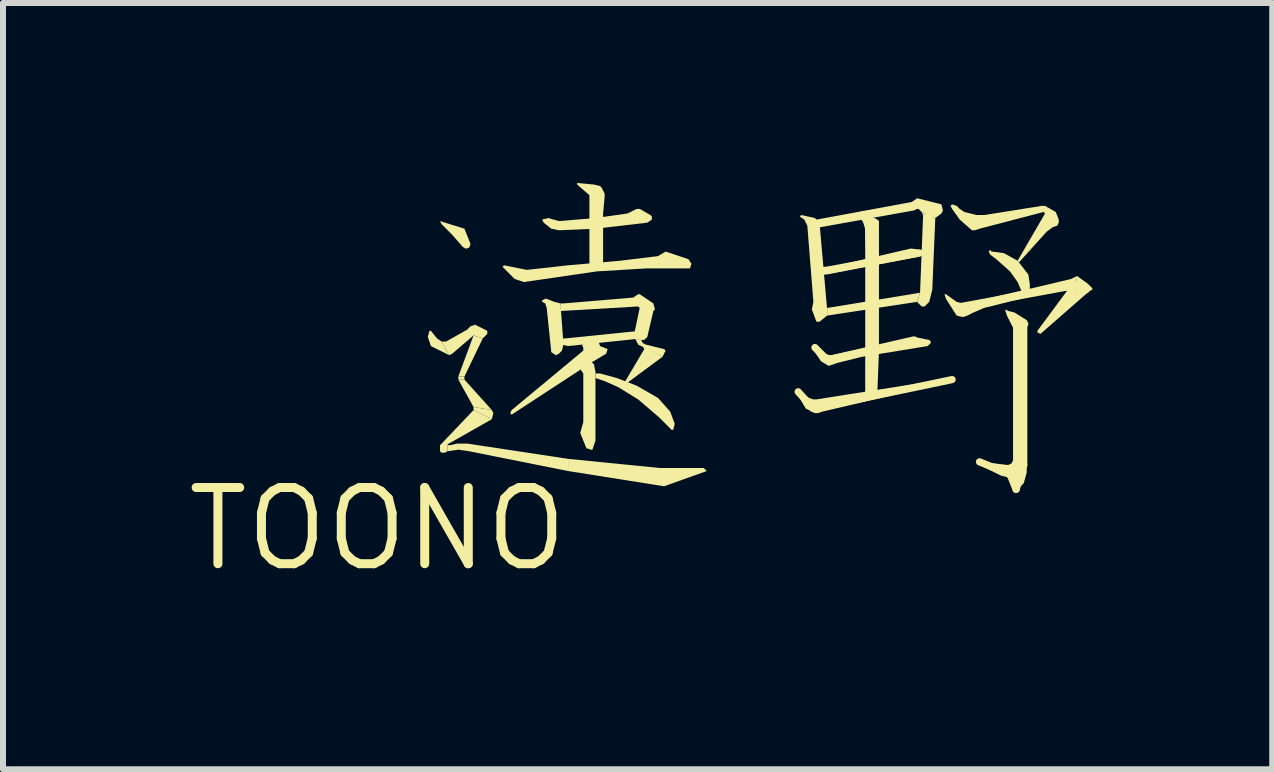
<source format=kicad_pcb>
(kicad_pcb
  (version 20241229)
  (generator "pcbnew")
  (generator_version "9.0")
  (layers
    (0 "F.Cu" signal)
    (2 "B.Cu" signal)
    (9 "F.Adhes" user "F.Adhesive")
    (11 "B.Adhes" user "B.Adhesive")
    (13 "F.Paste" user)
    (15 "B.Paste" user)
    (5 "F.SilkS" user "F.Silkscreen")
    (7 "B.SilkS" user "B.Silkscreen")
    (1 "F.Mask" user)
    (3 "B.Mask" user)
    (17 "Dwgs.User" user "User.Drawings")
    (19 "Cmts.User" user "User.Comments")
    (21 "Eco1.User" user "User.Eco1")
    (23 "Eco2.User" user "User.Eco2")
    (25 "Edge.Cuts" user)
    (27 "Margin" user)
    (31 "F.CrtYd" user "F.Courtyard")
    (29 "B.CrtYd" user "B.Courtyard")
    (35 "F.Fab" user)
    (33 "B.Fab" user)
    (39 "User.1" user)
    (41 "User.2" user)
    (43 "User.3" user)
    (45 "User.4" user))
  (footprint "TOONO"
    (layer "F.Cu")
    (at 3.243 5.766)
    (property "Reference" "TOONO" (at 0 0 0) (layer "F.SilkS") (effects (font (size 1.27 1.27) (thickness 0.15))))
    (attr through_hole)
    (fp_line (start 7.01 -2.286) (end 7.264 -2.007) (stroke (width 0.12) (type solid)) (layer "F.SilkS"))
    (fp_line (start 7.264 -2.007) (end 9.576 -2.489) (stroke (width 0.12) (type solid)) (layer "F.SilkS"))
    (fp_line (start 7.29 -3.023) (end 7.493 -2.819) (stroke (width 0.12) (type solid)) (layer "F.SilkS"))
    (fp_line (start 7.391 -4.293) (end 9.017 -4.597) (stroke (width 0.12) (type solid)) (layer "F.SilkS"))
    (fp_line (start 7.493 -2.819) (end 8.941 -3.15) (stroke (width 0.12) (type solid)) (layer "F.SilkS"))
    (fp_line (start 8.077 -5.232) (end 8.179 -5.105) (stroke (width 0.12) (type solid)) (layer "F.SilkS"))
    (fp_line (start 8.179 -5.105) (end 8.23 -3.988) (stroke (width 0.12) (type solid)) (layer "F.SilkS"))
    (fp_line (start 9.195 -5.232) (end 9.144 -3.861) (stroke (width 0.12) (type solid)) (layer "F.SilkS"))
    (fp_line (start 9.728 -3.708) (end 11.659 -4.064) (stroke (width 0.12) (type solid)) (layer "F.SilkS"))
    (fp_line (start 10.541 -0.914) (end 10.033 -1.118) (stroke (width 0.12) (type solid)) (layer "F.SilkS"))
    (fp_line (start 10.643 -0.66) (end 10.541 -0.914) (stroke (width 0.12) (type solid)) (layer "F.SilkS"))
    (fp_line (start 10.77 -3.378) (end 10.77 -1.067) (stroke (width 0.12) (type solid)) (layer "F.SilkS"))
    (fp_line (start 10.77 -1.067) (end 10.643 -0.66) (stroke (width 0.12) (type solid)) (layer "F.SilkS"))
    (fp_line (start 11.659 -4.064) (end 11.811 -3.988) (stroke (width 0.12) (type solid)) (layer "F.SilkS"))
    (fp_poly (pts (xy 1.067 -1.422) (xy 1.6 -1.981) (xy 1.905 -1.829) (xy 1.143 -1.397)) (stroke (width 0) (type solid)) (fill yes) (layer "F.SilkS"))
    (fp_poly (pts (xy 1.346 -2.54) (xy 1.346 -2.489) (xy 1.448 -2.489) (xy 1.448 -2.54)) (stroke (width 0) (type solid)) (fill yes) (layer "F.SilkS"))
    (fp_poly (pts (xy 1.346 -2.489) (xy 1.6 -2.032) (xy 1.905 -1.981) (xy 1.448 -2.489)) (stroke (width 0) (type solid)) (fill yes) (layer "F.SilkS"))
    (fp_poly (pts (xy 1.6 -3.226) (xy 1.346 -2.54) (xy 1.448 -2.54) (xy 1.753 -3.175)) (stroke (width 0) (type solid)) (fill yes) (layer "F.SilkS"))
    (fp_poly (pts (xy 7.493 -3.556) (xy 8.992 -3.785) (xy 9.042 -3.937) (xy 7.493 -3.683)) (stroke (width 0) (type solid)) (fill yes) (layer "F.SilkS"))
    (fp_poly (pts (xy 1.905 -1.981) (xy 1.93 -1.93) (xy 1.905 -1.829) (xy 1.6 -1.981) (xy 1.6 -2.032)) (stroke (width 0) (type solid)) (fill yes) (layer "F.SilkS"))
    (fp_poly (pts (xy 3.048 -3.759) (xy 3.099 -3.759) (xy 4.318 -3.861) (xy 4.343 -3.708) (xy 3.048 -3.632)) (stroke (width 0) (type solid)) (fill yes) (layer "F.SilkS"))
    (fp_poly (pts (xy 4.115 -2.438) (xy 4.445 -2.997) (xy 4.42 -3.048) (xy 4.75 -2.87) (xy 4.166 -2.438)) (stroke (width 0) (type solid)) (fill yes) (layer "F.SilkS"))
    (fp_poly (pts (xy 7.239 -5.004) (xy 8.941 -5.309) (xy 8.992 -5.334) (xy 8.966 -5.461) (xy 7.315 -5.156)) (stroke (width 0) (type solid)) (fill yes) (layer "F.SilkS"))
    (fp_poly (pts (xy 11.506 -3.988) (xy 10.998 -3.302) (xy 10.998 -3.277) (xy 11.049 -3.251) (xy 11.862 -3.962)) (stroke (width 0) (type solid)) (fill yes) (layer "F.SilkS"))
    (fp_poly (pts (xy 1.067 -3.124) (xy 1.143 -3.124) (xy 1.549 -3.353) (xy 1.6 -3.226) (xy 1.245 -2.921) (xy 1.194 -2.896)) (stroke (width 0) (type solid)) (fill yes) (layer "F.SilkS"))
    (fp_poly (pts (xy 3.073 -3.073) (xy 3.175 -3.048) (xy 4.394 -3.175) (xy 4.369 -3.302) (xy 3.124 -3.175) (xy 3.073 -3.175)) (stroke (width 0) (type solid)) (fill yes) (layer "F.SilkS"))
    (fp_poly (pts (xy 3.175 -1.168) (xy 4.699 -1.016) (xy 5.436 -1.016) (xy 5.486 -0.965) (xy 4.775 -0.711) (xy 3.175 -0.965)) (stroke (width 0) (type solid)) (fill yes) (layer "F.SilkS"))
    (fp_poly (pts (xy 11.659 -4.216) (xy 11.836 -4.089) (xy 11.913 -4.013) (xy 11.913 -3.988) (xy 11.862 -3.962) (xy 11.633 -3.937)) (stroke (width 0) (type solid)) (fill yes) (layer "F.SilkS"))
    (fp_poly (pts (xy 0.889 -3.302) (xy 0.991 -3.175) (xy 1.067 -3.124) (xy 1.194 -2.896) (xy 0.889 -3.048) (xy 0.838 -3.2) (xy 0.864 -3.302)) (stroke (width 0) (type solid)) (fill yes) (layer "F.SilkS"))
    (fp_poly (pts (xy 1.067 -1.422) (xy 1.041 -1.397) (xy 1.041 -1.295) (xy 1.067 -1.27) (xy 1.118 -1.27) (xy 1.168 -1.295) (xy 1.168 -1.422)) (stroke (width 0) (type solid)) (fill yes) (layer "F.SilkS"))
    (fp_poly (pts (xy 1.499 -3.327) (xy 1.549 -3.378) (xy 1.626 -3.404) (xy 1.829 -3.302) (xy 1.829 -3.251) (xy 1.753 -3.175) (xy 1.6 -3.226)) (stroke (width 0) (type solid)) (fill yes) (layer "F.SilkS"))
    (fp_poly (pts (xy 7.417 -4.242) (xy 7.493 -4.242) (xy 9.068 -4.547) (xy 9.093 -4.648) (xy 8.89 -4.674) (xy 7.569 -4.369) (xy 7.417 -4.369)) (stroke (width 0) (type solid)) (fill yes) (layer "F.SilkS"))
    (fp_poly (pts (xy 4.394 -3.15) (xy 4.42 -3.099) (xy 4.47 -3.073) (xy 4.775 -2.997) (xy 4.801 -2.972) (xy 4.75 -2.87) (xy 4.343 -3.073) (xy 4.293 -3.175)) (stroke (width 0) (type solid)) (fill yes) (layer "F.SilkS"))
    (fp_poly (pts (xy 1.168 -1.397) (xy 1.219 -1.397) (xy 1.321 -1.422) (xy 1.499 -1.422) (xy 3.175 -1.168) (xy 3.175 -0.965) (xy 1.524 -1.295) (xy 1.346 -1.321) (xy 1.168 -1.295)) (stroke (width 0) (type solid)) (fill yes) (layer "F.SilkS"))
    (fp_poly (pts (xy 1.448 -5.004) (xy 1.549 -4.75) (xy 1.549 -4.75) (xy 1.531 -4.692) (xy 1.475 -4.67) (xy 1.422 -4.699) (xy 1.245 -4.902) (xy 1.067 -5.08) (xy 1.041 -5.131)) (stroke (width 0) (type solid)) (fill yes) (layer "F.SilkS"))
    (fp_poly (pts (xy 8.077 -5.156) (xy 8.128 -5.004) (xy 8.128 -2.21) (xy 8.331 -2.286) (xy 8.357 -2.972) (xy 8.357 -5.004) (xy 8.357 -5.131) (xy 8.331 -5.156) (xy 8.23 -5.207)) (stroke (width 0) (type solid)) (fill yes) (layer "F.SilkS"))
    (fp_poly (pts (xy 8.992 -5.334) (xy 9.017 -5.334) (xy 9.068 -5.283) (xy 9.296 -5.182) (xy 9.398 -5.258) (xy 9.423 -5.309) (xy 9.398 -5.41) (xy 8.992 -5.512) (xy 8.89 -5.436)) (stroke (width 0) (type solid)) (fill yes) (layer "F.SilkS"))
    (fp_poly (pts (xy 9.068 -5.283) (xy 9.093 -5.232) (xy 9.042 -3.937) (xy 8.992 -3.785) (xy 9.068 -3.708) (xy 9.119 -3.708) (xy 9.144 -3.734) (xy 9.195 -3.785) (xy 9.246 -3.988) (xy 9.296 -5.182)) (stroke (width 0) (type solid)) (fill yes) (layer "F.SilkS"))
    (fp_poly (pts (xy 3.378 -2.667) (xy 3.429 -2.591) (xy 3.429 -1.778) (xy 3.378 -1.6) (xy 3.48 -1.346) (xy 3.556 -1.321) (xy 3.581 -1.321) (xy 3.632 -1.473) (xy 3.632 -2.616) (xy 3.607 -2.743) (xy 3.556 -2.794)) (stroke (width 0) (type solid)) (fill yes) (layer "F.SilkS"))
    (fp_poly (pts (xy 3.404 -3.073) (xy 3.429 -3.023) (xy 3.429 -2.972) (xy 2.235 -1.981) (xy 2.21 -1.93) (xy 2.235 -1.905) (xy 3.556 -2.769) (xy 3.81 -2.921) (xy 3.835 -2.997) (xy 3.708 -3.048) (xy 3.683 -3.124)) (stroke (width 0) (type solid)) (fill yes) (layer "F.SilkS"))
    (fp_poly (pts (xy 3.531 -4.42) (xy 3.531 -5.563) (xy 3.327 -5.74) (xy 3.327 -5.766) (xy 3.607 -5.74) (xy 3.708 -5.715) (xy 3.734 -5.69) (xy 3.785 -5.588) (xy 3.785 -5.537) (xy 3.759 -5.258) (xy 3.759 -4.394)) (stroke (width 0) (type solid)) (fill yes) (layer "F.SilkS"))
    (fp_poly (pts (xy 4.267 -3.861) (xy 4.343 -3.912) (xy 4.369 -3.912) (xy 4.597 -3.759) (xy 4.623 -3.658) (xy 4.597 -3.632) (xy 4.496 -3.2) (xy 4.445 -3.15) (xy 4.369 -3.15) (xy 4.267 -3.2) (xy 4.369 -3.683) (xy 4.343 -3.708)) (stroke (width 0) (type solid)) (fill yes) (layer "F.SilkS"))
    (fp_poly (pts (xy 7.036 -5.207) (xy 7.112 -5.156) (xy 7.163 -5.055) (xy 7.264 -3.785) (xy 7.239 -3.658) (xy 7.315 -3.454) (xy 7.366 -3.454) (xy 7.493 -3.556) (xy 7.493 -3.658) (xy 7.366 -5.105) (xy 7.29 -5.182) (xy 7.061 -5.232)) (stroke (width 0) (type solid)) (fill yes) (layer "F.SilkS"))
    (fp_poly (pts (xy 11.049 -5.385) (xy 11.125 -5.385) (xy 11.303 -5.283) (xy 11.354 -5.156) (xy 11.354 -5.105) (xy 11.328 -5.055) (xy 11.252 -5.029) (xy 11.151 -4.953) (xy 10.693 -4.445) (xy 10.668 -4.47) (xy 11.125 -5.258) (xy 11.1 -5.283)) (stroke (width 0) (type solid)) (fill yes) (layer "F.SilkS"))
    (fp_poly (pts (xy 2.972 -2.896) (xy 2.896 -2.946) (xy 2.819 -3.683) (xy 2.794 -3.759) (xy 2.743 -3.785) (xy 2.743 -3.81) (xy 2.794 -3.835) (xy 2.819 -3.835) (xy 2.946 -3.785) (xy 3.048 -3.759) (xy 3.099 -3.073) (xy 3.073 -2.972) (xy 3.023 -2.921)) (stroke (width 0) (type solid)) (fill yes) (layer "F.SilkS"))
    (fp_poly (pts (xy 10.236 -4.623) (xy 10.439 -4.597) (xy 10.668 -4.47) (xy 10.846 -4.242) (xy 10.871 -4.089) (xy 10.871 -3.988) (xy 10.744 -3.937) (xy 10.668 -4.115) (xy 10.541 -4.293) (xy 10.312 -4.496) (xy 10.211 -4.572) (xy 10.185 -4.623) (xy 10.211 -4.648)) (stroke (width 0) (type solid)) (fill yes) (layer "F.SilkS"))
    (fp_poly (pts (xy 2.438 -4.115) (xy 2.286 -4.166) (xy 2.083 -4.369) (xy 2.108 -4.394) (xy 2.489 -4.318) (xy 3.175 -4.394) (xy 4.039 -4.47) (xy 4.674 -4.547) (xy 4.801 -4.623) (xy 5.182 -4.496) (xy 5.232 -4.42) (xy 5.207 -4.343) (xy 4.496 -4.343) (xy 3.658 -4.293)) (stroke (width 0) (type solid)) (fill yes) (layer "F.SilkS"))
    (fp_poly (pts (xy 3.632 -2.591) (xy 3.708 -2.591) (xy 3.988 -2.515) (xy 4.318 -2.388) (xy 4.674 -2.184) (xy 4.877 -1.956) (xy 4.953 -1.753) (xy 4.928 -1.651) (xy 4.902 -1.651) (xy 4.699 -1.854) (xy 4.343 -2.159) (xy 4.013 -2.362) (xy 3.785 -2.464) (xy 3.632 -2.515)) (stroke (width 0) (type solid)) (fill yes) (layer "F.SilkS"))
    (fp_poly (pts (xy 9.576 -5.334) (xy 9.55 -5.385) (xy 9.576 -5.41) (xy 9.652 -5.385) (xy 9.703 -5.334) (xy 9.779 -5.283) (xy 9.982 -5.232) (xy 10.109 -5.232) (xy 11.074 -5.385) (xy 11.1 -5.283) (xy 10.033 -5.004) (xy 9.957 -4.978) (xy 9.906 -4.978) (xy 9.703 -5.156)) (stroke (width 0) (type solid)) (fill yes) (layer "F.SilkS"))
    (fp_poly (pts (xy 3.023 -5.131) (xy 3.632 -5.182) (xy 4.166 -5.258) (xy 4.318 -5.334) (xy 4.369 -5.334) (xy 4.547 -5.232) (xy 4.572 -5.207) (xy 4.572 -5.156) (xy 4.496 -5.105) (xy 3.632 -5.004) (xy 3.023 -4.978) (xy 2.896 -5.004) (xy 2.769 -5.105) (xy 2.743 -5.156) (xy 2.845 -5.182)) (stroke (width 0) (type solid)) (fill yes) (layer "F.SilkS"))
    (fp_poly (pts (xy 7.01 -2.311) (xy 7.061 -2.286) (xy 7.112 -2.235) (xy 7.188 -2.184) (xy 7.264 -2.159) (xy 7.315 -2.159) (xy 9.576 -2.515) (xy 9.601 -2.515) (xy 9.576 -2.464) (xy 7.417 -1.956) (xy 7.341 -1.93) (xy 7.29 -1.93) (xy 7.137 -2.007) (xy 7.061 -2.134) (xy 7.036 -2.184) (xy 7.01 -2.286)) (stroke (width 0) (type solid)) (fill yes) (layer "F.SilkS"))
    (fp_poly (pts (xy 7.239 -3.023) (xy 7.264 -3.048) (xy 7.315 -3.023) (xy 7.366 -2.972) (xy 7.442 -2.921) (xy 7.544 -2.896) (xy 7.569 -2.896) (xy 8.661 -3.124) (xy 8.941 -3.2) (xy 9.195 -3.15) (xy 9.22 -3.124) (xy 9.22 -3.099) (xy 9.169 -3.048) (xy 8.077 -2.87) (xy 7.671 -2.769) (xy 7.518 -2.718) (xy 7.391 -2.794)) (stroke (width 0) (type solid)) (fill yes) (layer "F.SilkS"))
    (fp_poly (pts (xy 9.449 -3.912) (xy 9.474 -3.912) (xy 9.652 -3.785) (xy 9.754 -3.759) (xy 9.804 -3.759) (xy 11.024 -4.039) (xy 11.557 -4.166) (xy 11.659 -4.216) (xy 11.633 -3.937) (xy 11.557 -3.962) (xy 11.354 -3.988) (xy 10.922 -3.886) (xy 10.109 -3.683) (xy 9.931 -3.607) (xy 9.83 -3.556) (xy 9.754 -3.531) (xy 9.652 -3.556) (xy 9.474 -3.835)) (stroke (width 0) (type solid)) (fill yes) (layer "F.SilkS"))
    (fp_poly (pts (xy 10.465 -3.658) (xy 10.516 -3.632) (xy 10.617 -3.607) (xy 10.82 -3.48) (xy 10.846 -3.429) (xy 10.846 -3.404) (xy 10.82 -3.353) (xy 10.795 -3.251) (xy 10.795 -1.219) (xy 10.82 -0.991) (xy 10.82 -0.94) (xy 10.77 -0.762) (xy 10.693 -0.686) (xy 10.643 -0.66) (xy 10.617 -0.66) (xy 10.592 -0.686) (xy 10.566 -0.762) (xy 10.541 -0.813) (xy 10.49 -0.864) (xy 10.389 -0.889) (xy 10.033 -1.067) (xy 10.008 -1.118) (xy 10.008 -1.143) (xy 10.033 -1.143) (xy 10.084 -1.118) (xy 10.49 -1.067) (xy 10.516 -1.067) (xy 10.566 -1.092) (xy 10.592 -1.143) (xy 10.592 -3.353) (xy 10.49 -3.556) (xy 10.465 -3.632)) (stroke (width 0) (type solid)) (fill yes) (layer "F.SilkS")))
  (gr_rect
    (start -3 -3)
    (end 18.155 9.772)
    (stroke (width 0.1) (type default))
    (fill no)
    (layer "Edge.Cuts")))
</source>
